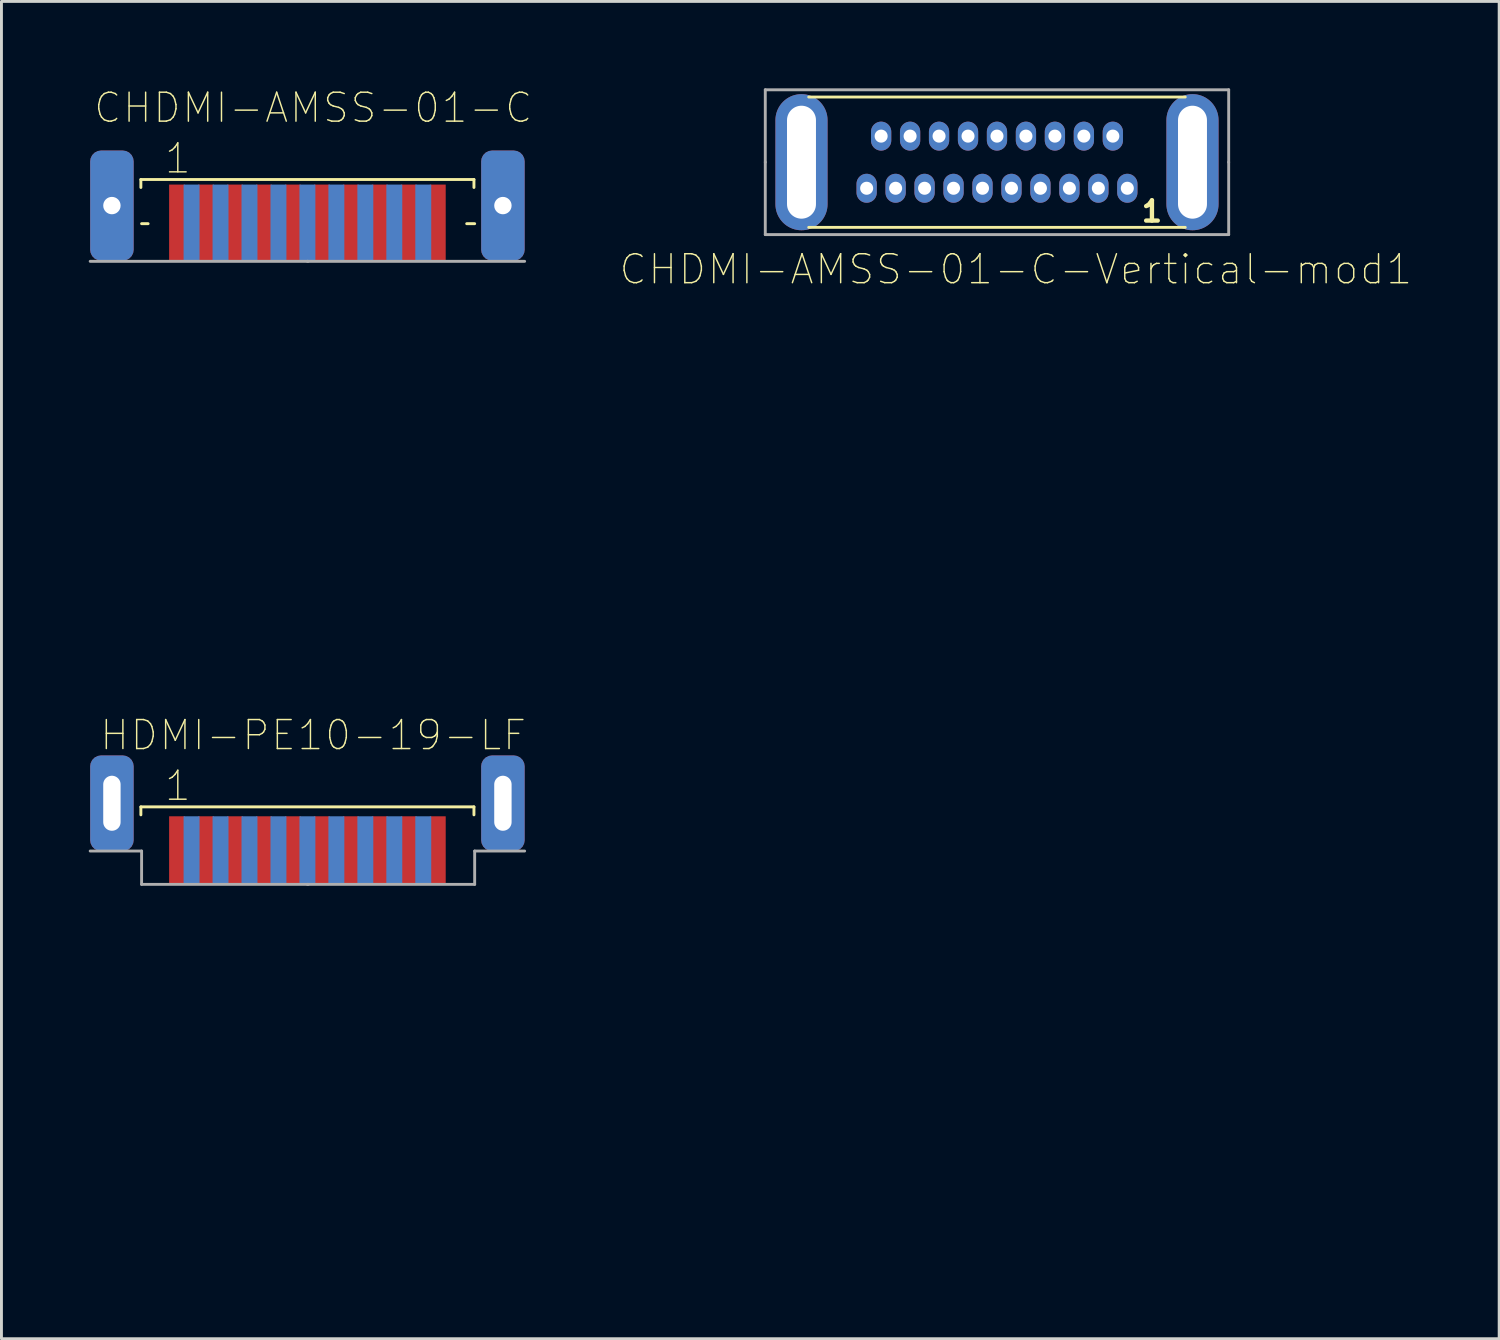
<source format=kicad_pcb>
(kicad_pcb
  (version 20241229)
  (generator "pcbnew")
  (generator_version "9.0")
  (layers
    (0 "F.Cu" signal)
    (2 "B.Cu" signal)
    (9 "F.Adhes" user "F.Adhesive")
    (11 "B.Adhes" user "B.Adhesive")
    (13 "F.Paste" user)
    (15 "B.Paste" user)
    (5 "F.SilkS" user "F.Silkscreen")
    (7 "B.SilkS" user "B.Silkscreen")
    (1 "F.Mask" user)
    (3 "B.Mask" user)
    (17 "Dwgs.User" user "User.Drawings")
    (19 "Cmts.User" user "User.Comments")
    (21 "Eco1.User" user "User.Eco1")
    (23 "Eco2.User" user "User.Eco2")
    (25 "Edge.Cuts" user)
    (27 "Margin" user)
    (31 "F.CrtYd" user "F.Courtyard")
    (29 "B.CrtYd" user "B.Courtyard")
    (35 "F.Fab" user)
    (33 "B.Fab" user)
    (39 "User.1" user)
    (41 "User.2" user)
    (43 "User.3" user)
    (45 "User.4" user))
  (footprint "CHDMI-AMSS-01-C-Vertical-mod1"
    (layer "F.Cu")
    (at 31.373 2.55)
    (property "Reference" "CHDMI-AMSS-01-C-Vertical-mod1" (at 0.65 3.7 180) (layer "F.SilkS") (effects (font (size 1 1) (thickness 0.05))))
    (attr smd)
    (fp_line (start -6.5 -2.25) (end 6.5 -2.25) (stroke (width 0.1) (type solid)) (layer "F.SilkS"))
    (fp_line (start 6.5 2.25) (end -6.5 2.25) (stroke (width 0.1) (type solid)) (layer "F.SilkS"))
    (fp_line (start -6.95 -2.25) (end 6.95 -2.25) (stroke (width 0.1) (type solid)) (layer "Eco2.User"))
    (fp_line (start -6.95 0) (end -6.95 2.25) (stroke (width 0.127) (type solid)) (layer "Eco2.User"))
    (fp_line (start -6.95 0.05) (end -6.95 -2.2) (stroke (width 0.127) (type solid)) (layer "Eco2.User"))
    (fp_line (start 6.95 -0.05) (end 6.95 2.2) (stroke (width 0.127) (type solid)) (layer "Eco2.User"))
    (fp_line (start 6.95 0) (end 6.95 -2.25) (stroke (width 0.127) (type solid)) (layer "Eco2.User"))
    (fp_line (start 6.95 2.25) (end -6.95 2.25) (stroke (width 0.1) (type solid)) (layer "Eco2.User"))
    (fp_line (start -8 -2.5) (end -8 0) (stroke (width 0.1) (type solid)) (layer "F.Fab"))
    (fp_line (start -8 -2.5) (end 8 -2.5) (stroke (width 0.1) (type solid)) (layer "F.Fab"))
    (fp_line (start -8 2.5) (end -8 0) (stroke (width 0.1) (type solid)) (layer "F.Fab"))
    (fp_line (start 8 -2.5) (end 8 0) (stroke (width 0.1) (type solid)) (layer "F.Fab"))
    (fp_line (start 8 2.5) (end -8 2.5) (stroke (width 0.1) (type solid)) (layer "F.Fab"))
    (fp_line (start 8 2.5) (end 8 0) (stroke (width 0.1) (type solid)) (layer "F.Fab"))
    (fp_text user "1" (at 5.35 1.7 180) (layer "F.SilkS") (effects (font (size 0.7 0.7) (thickness 0.15))))
    (pad "1" thru_hole oval (at 4.5 0.9) (size 0.7 1) (drill 0.45) (layers "*.Cu" "*.Mask"))
    (pad "2" thru_hole oval (at 4 -0.9) (size 0.7 1) (drill 0.45) (layers "*.Cu" "*.Mask"))
    (pad "3" thru_hole oval (at 3.5 0.9) (size 0.7 1) (drill 0.45) (layers "*.Cu" "*.Mask"))
    (pad "4" thru_hole oval (at 3 -0.9) (size 0.7 1) (drill 0.45) (layers "*.Cu" "*.Mask"))
    (pad "5" thru_hole oval (at 2.5 0.9) (size 0.7 1) (drill 0.45) (layers "*.Cu" "*.Mask"))
    (pad "6" thru_hole oval (at 2 -0.9) (size 0.7 1) (drill 0.45) (layers "*.Cu" "*.Mask"))
    (pad "7" thru_hole oval (at 1.5 0.9) (size 0.7 1) (drill 0.45) (layers "*.Cu" "*.Mask"))
    (pad "8" thru_hole oval (at 1 -0.9) (size 0.7 1) (drill 0.45) (layers "*.Cu" "*.Mask"))
    (pad "9" thru_hole oval (at 0.5 0.9) (size 0.7 1) (drill 0.45) (layers "*.Cu" "*.Mask"))
    (pad "10" thru_hole oval (at 0 -0.9) (size 0.7 1) (drill 0.45) (layers "*.Cu" "*.Mask"))
    (pad "11" thru_hole oval (at -0.5 0.9) (size 0.7 1) (drill 0.45) (layers "*.Cu" "*.Mask"))
    (pad "12" thru_hole oval (at -1 -0.9) (size 0.7 1) (drill 0.45) (layers "*.Cu" "*.Mask"))
    (pad "13" thru_hole oval (at -1.5 0.9) (size 0.7 1) (drill 0.45) (layers "*.Cu" "*.Mask"))
    (pad "14" thru_hole oval (at -2 -0.9) (size 0.7 1) (drill 0.45) (layers "*.Cu" "*.Mask"))
    (pad "15" thru_hole oval (at -2.5 0.9) (size 0.7 1) (drill 0.45) (layers "*.Cu" "*.Mask"))
    (pad "16" thru_hole oval (at -3 -0.9) (size 0.7 1) (drill 0.45) (layers "*.Cu" "*.Mask"))
    (pad "17" thru_hole oval (at -3.5 0.9) (size 0.7 1) (drill 0.45) (layers "*.Cu" "*.Mask"))
    (pad "18" thru_hole oval (at -4 -0.9) (size 0.7 1) (drill 0.45) (layers "*.Cu" "*.Mask"))
    (pad "19" thru_hole oval (at -4.5 0.9) (size 0.7 1) (drill 0.45) (layers "*.Cu" "*.Mask"))
    (pad "SH" thru_hole oval (at -6.75 0 270) (size 4.7 1.8) (drill oval 3.9 1) (layers "*.Cu" "*.Mask"))
    (pad "SH" thru_hole oval (at 6.75 0 270) (size 4.7 1.8) (drill oval 3.9 1) (layers "*.Cu" "*.Mask")))
  (footprint "CHDMI-AMSS-01-C"
    (layer "F.Cu")
    (at 7.564 4.648)
    (property "Reference" "CHDMI-AMSS-01-C" (at 0.2 -3.975 0) (layer "F.SilkS") (effects (font (size 1 1) (thickness 0.05))))
    (attr smd)
    (fp_line (start -5.75 -1.5) (end 5.75 -1.5) (stroke (width 0.1) (type solid)) (layer "F.SilkS"))
    (fp_line (start -5.75 -1.225) (end -5.75 -1.5) (stroke (width 0.1) (type solid)) (layer "F.SilkS"))
    (fp_line (start -5.725 0.025) (end -5.5 0.025) (stroke (width 0.1) (type solid)) (layer "F.SilkS"))
    (fp_line (start 5.75 -1.5) (end 5.75 -1.225) (stroke (width 0.1) (type solid)) (layer "F.SilkS"))
    (fp_line (start 5.775 0.025) (end 5.5 0.025) (stroke (width 0.1) (type solid)) (layer "F.SilkS"))
    (fp_line (start -7.5 10.35) (end -7.5 -0.15) (stroke (width 0.127) (type solid)) (layer "Eco2.User"))
    (fp_line (start -7.5 10.35) (end -7.5 13.95) (stroke (width 0.127) (type solid)) (layer "Eco2.User"))
    (fp_line (start -7.5 13.95) (end 7.5 13.95) (stroke (width 0.127) (type solid)) (layer "Eco2.User"))
    (fp_line (start 7.5 10.35) (end 7.5 -0.15) (stroke (width 0.127) (type solid)) (layer "Eco2.User"))
    (fp_line (start 7.5 10.35) (end 7.5 13.95) (stroke (width 0.127) (type solid)) (layer "Eco2.User"))
    (fp_line (start 0 1.325) (end 7.5 1.325) (stroke (width 0.1) (type solid)) (layer "F.Fab"))
    (fp_line (start 0.025 1.325) (end -7.5 1.325) (stroke (width 0.1) (type solid)) (layer "F.Fab"))
    (fp_text user "1" (at -4.475 -2.225 0) (layer "F.SilkS") (effects (font (size 1 1) (thickness 0.05))))
    (pad "1" smd rect (at -4.5 0 180) (size 0.55 2.65) (layers "F.Cu" "F.Mask" "F.Paste"))
    (pad "2" smd rect (at -4 0 180) (size 0.55 2.65) (layers "B.Cu" "B.Mask" "B.Paste"))
    (pad "3" smd rect (at -3.5 0 180) (size 0.55 2.65) (layers "F.Cu" "F.Mask" "F.Paste"))
    (pad "4" smd rect (at -3 0 180) (size 0.55 2.65) (layers "B.Cu" "B.Mask" "B.Paste"))
    (pad "5" smd rect (at -2.5 0 180) (size 0.55 2.65) (layers "F.Cu" "F.Mask" "F.Paste"))
    (pad "6" smd rect (at -2 0 180) (size 0.55 2.65) (layers "B.Cu" "B.Mask" "B.Paste"))
    (pad "7" smd rect (at -1.5 0 180) (size 0.55 2.65) (layers "F.Cu" "F.Mask" "F.Paste"))
    (pad "8" smd rect (at -1 0 180) (size 0.55 2.65) (layers "B.Cu" "B.Mask" "B.Paste"))
    (pad "9" smd rect (at -0.5 0 180) (size 0.55 2.65) (layers "F.Cu" "F.Mask" "F.Paste"))
    (pad "10" smd rect (at 0 0 180) (size 0.55 2.65) (layers "B.Cu" "B.Mask" "B.Paste"))
    (pad "11" smd rect (at 0.5 0 180) (size 0.55 2.65) (layers "F.Cu" "F.Mask" "F.Paste"))
    (pad "12" smd rect (at 1 0 180) (size 0.55 2.65) (layers "B.Cu" "B.Mask" "B.Paste"))
    (pad "13" smd rect (at 1.5 0 180) (size 0.55 2.65) (layers "F.Cu" "F.Mask" "F.Paste"))
    (pad "14" smd rect (at 2 0 180) (size 0.55 2.65) (layers "B.Cu" "B.Mask" "B.Paste"))
    (pad "15" smd rect (at 2.5 0 180) (size 0.55 2.65) (layers "F.Cu" "F.Mask" "F.Paste"))
    (pad "16" smd rect (at 3 0 180) (size 0.55 2.65) (layers "B.Cu" "B.Mask" "B.Paste"))
    (pad "17" smd rect (at 3.5 0 180) (size 0.55 2.65) (layers "F.Cu" "F.Mask" "F.Paste"))
    (pad "18" smd rect (at 4 0 180) (size 0.55 2.65) (layers "B.Cu" "B.Mask" "B.Paste"))
    (pad "19" smd rect (at 4.5 0 180) (size 0.55 2.65) (layers "F.Cu" "F.Mask" "F.Paste"))
    (pad "SH" thru_hole roundrect (at -6.75 -0.6 90) (size 3.8 1.5) (drill 0.6) (layers "*.Cu" "*.Mask") (roundrect_rratio 0.25))
    (pad "SH" thru_hole roundrect (at 6.75 -0.6 90) (size 3.8 1.5) (drill 0.6) (layers "*.Cu" "*.Mask") (roundrect_rratio 0.25)))
  (footprint "HDMI-PE10-19-LF"
    (layer "F.Cu")
    (at 7.564 26.309)
    (property "Reference" "HDMI-PE10-19-LF" (at 0.2 -3.975 0) (layer "F.SilkS") (effects (font (size 1 1) (thickness 0.05))))
    (attr smd)
    (fp_line (start -5.75 -1.5) (end 5.75 -1.5) (stroke (width 0.1) (type solid)) (layer "F.SilkS"))
    (fp_line (start -5.75 -1.225) (end -5.75 -1.5) (stroke (width 0.1) (type solid)) (layer "F.SilkS"))
    (fp_line (start 5.75 -1.5) (end 5.75 -1.225) (stroke (width 0.1) (type solid)) (layer "F.SilkS"))
    (fp_line (start -7.5 10.35) (end -7.5 -0.15) (stroke (width 0.127) (type solid)) (layer "Eco2.User"))
    (fp_line (start -7.5 10.35) (end -7.5 13.8) (stroke (width 0.127) (type solid)) (layer "Eco2.User"))
    (fp_line (start -7.5 13.8) (end 7.5 13.8) (stroke (width 0.127) (type solid)) (layer "Eco2.User"))
    (fp_line (start 7.5 10.35) (end 7.5 -0.15) (stroke (width 0.127) (type solid)) (layer "Eco2.User"))
    (fp_line (start 7.5 10.35) (end 7.5 13.8) (stroke (width 0.127) (type solid)) (layer "Eco2.User"))
    (fp_line (start -5.725 0.025) (end -7.5 0.025) (stroke (width 0.1) (type solid)) (layer "F.Fab"))
    (fp_line (start -5.725 1.175) (end -5.725 0.025) (stroke (width 0.1) (type solid)) (layer "F.Fab"))
    (fp_line (start 0 1.175) (end 5.775 1.175) (stroke (width 0.1) (type solid)) (layer "F.Fab"))
    (fp_line (start 0.025 1.175) (end -5.725 1.175) (stroke (width 0.1) (type solid)) (layer "F.Fab"))
    (fp_line (start 5.775 0.025) (end 7.5 0.025) (stroke (width 0.1) (type solid)) (layer "F.Fab"))
    (fp_line (start 5.775 1.175) (end 5.775 0.025) (stroke (width 0.1) (type solid)) (layer "F.Fab"))
    (fp_text user "1" (at -4.475 -2.225 0) (layer "F.SilkS") (effects (font (size 1 1) (thickness 0.05))))
    (pad "1" smd rect (at -4.5 0 180) (size 0.55 2.35) (layers "F.Cu" "F.Mask" "F.Paste"))
    (pad "2" smd rect (at -4 0 180) (size 0.55 2.35) (layers "B.Cu" "B.Mask" "B.Paste"))
    (pad "3" smd rect (at -3.5 0 180) (size 0.55 2.35) (layers "F.Cu" "F.Mask" "F.Paste"))
    (pad "4" smd rect (at -3 0 180) (size 0.55 2.35) (layers "B.Cu" "B.Mask" "B.Paste"))
    (pad "5" smd rect (at -2.5 0 180) (size 0.55 2.35) (layers "F.Cu" "F.Mask" "F.Paste"))
    (pad "6" smd rect (at -2 0 180) (size 0.55 2.35) (layers "B.Cu" "B.Mask" "B.Paste"))
    (pad "7" smd rect (at -1.5 0 180) (size 0.55 2.35) (layers "F.Cu" "F.Mask" "F.Paste"))
    (pad "8" smd rect (at -1 0 180) (size 0.55 2.35) (layers "B.Cu" "B.Mask" "B.Paste"))
    (pad "9" smd rect (at -0.5 0 180) (size 0.55 2.35) (layers "F.Cu" "F.Mask" "F.Paste"))
    (pad "10" smd rect (at 0 0 180) (size 0.55 2.35) (layers "B.Cu" "B.Mask" "B.Paste"))
    (pad "11" smd rect (at 0.5 0 180) (size 0.55 2.35) (layers "F.Cu" "F.Mask" "F.Paste"))
    (pad "12" smd rect (at 1 0 180) (size 0.55 2.35) (layers "B.Cu" "B.Mask" "B.Paste"))
    (pad "13" smd rect (at 1.5 0 180) (size 0.55 2.35) (layers "F.Cu" "F.Mask" "F.Paste"))
    (pad "14" smd rect (at 2 0 180) (size 0.55 2.35) (layers "B.Cu" "B.Mask" "B.Paste"))
    (pad "15" smd rect (at 2.5 0 180) (size 0.55 2.35) (layers "F.Cu" "F.Mask" "F.Paste"))
    (pad "16" smd rect (at 3 0 180) (size 0.55 2.35) (layers "B.Cu" "B.Mask" "B.Paste"))
    (pad "17" smd rect (at 3.5 0 180) (size 0.55 2.35) (layers "F.Cu" "F.Mask" "F.Paste"))
    (pad "18" smd rect (at 4 0 180) (size 0.55 2.35) (layers "B.Cu" "B.Mask" "B.Paste"))
    (pad "19" smd rect (at 4.5 0 180) (size 0.55 2.35) (layers "F.Cu" "F.Mask" "F.Paste"))
    (pad "SH" thru_hole roundrect (at -6.75 -1.625 90) (size 3.3 1.5) (drill oval 1.9 0.6) (layers "*.Cu" "*.Mask") (roundrect_rratio 0.25))
    (pad "SH" thru_hole roundrect (at 6.75 -1.625 90) (size 3.3 1.5) (drill oval 1.9 0.6) (layers "*.Cu" "*.Mask") (roundrect_rratio 0.25)))
  (gr_rect
    (start -3 -3)
    (end 48.712 43.172)
    (stroke (width 0.1) (type default))
    (fill no)
    (layer "Edge.Cuts")))
</source>
